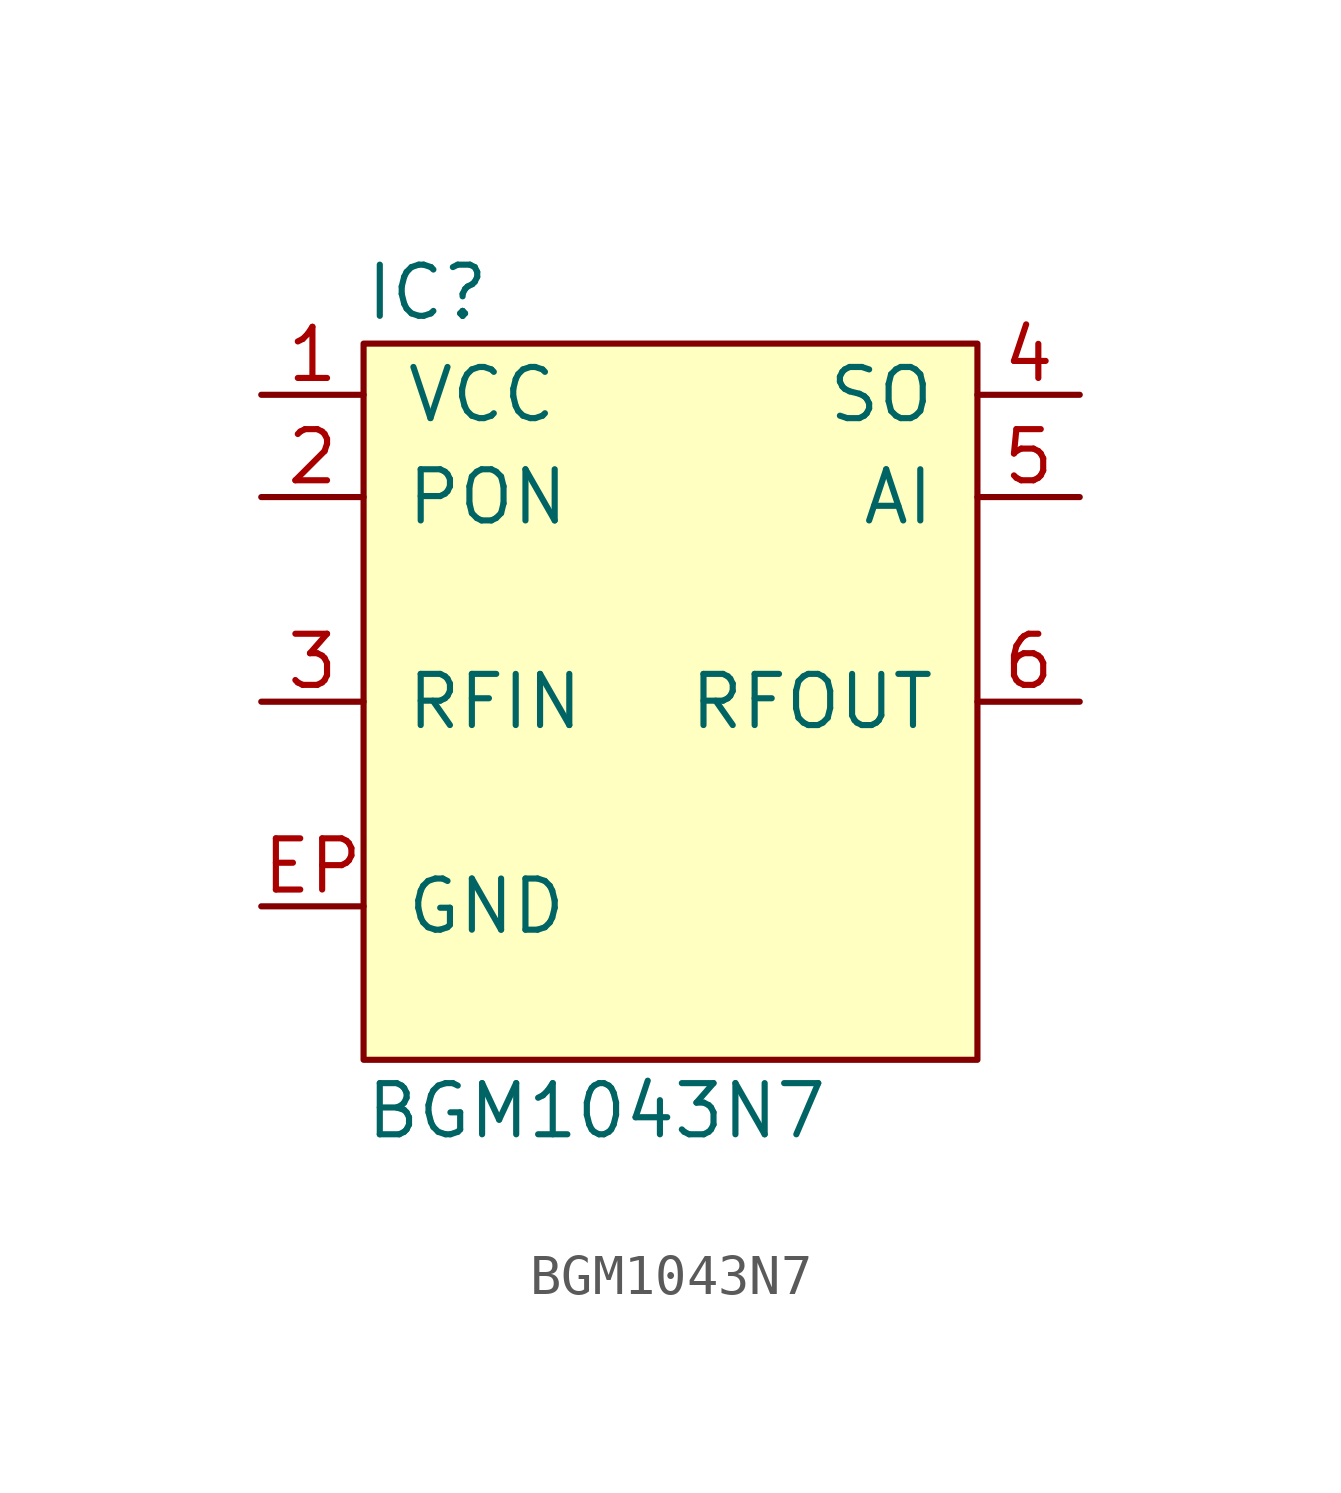
<source format=kicad_sym>
(kicad_symbol_lib
  (version 20211014)
  (generator agg_kicad.build_lib_ic)
  (symbol "BGM1043N7"
    (pin_names
      (offset 1.016))
    (property Reference IC
      (at -7.62 10.16 0)
      (effects (font (size 1.27 1.27)) (justify left)))
    (property Value "BGM1043N7"
      (at -7.62 -10.16 0)
      (effects (font (size 1.27 1.27)) (justify left)))
    (symbol "BGM1043N7_0_0"
      (rectangle (start -7.62 8.89) (end 7.62 -8.89) (stroke (width 0) (type default) (color 0 0 0 0)) (fill (type background)))
      (pin power_in line (at -10.16 7.62 0) (length 2.54) (name VCC (effects (font (size 1.27 1.27)))) (number "1" (effects (font (size 1.27 1.27)))))
      (pin input line (at -10.16 5.08 0) (length 2.54) (name PON (effects (font (size 1.27 1.27)))) (number "2" (effects (font (size 1.27 1.27)))))
      (pin input line (at -10.16 0 0) (length 2.54) (name RFIN (effects (font (size 1.27 1.27)))) (number "3" (effects (font (size 1.27 1.27)))))
      (pin power_in line (at -10.16 -5.08 0) (length 2.54) (name GND (effects (font (size 1.27 1.27)))) (number EP (effects (font (size 1.27 1.27)))))
      (pin output line (at 10.16 7.62 180) (length 2.54) (name SO (effects (font (size 1.27 1.27)))) (number "4" (effects (font (size 1.27 1.27)))))
      (pin input line (at 10.16 5.08 180) (length 2.54) (name AI (effects (font (size 1.27 1.27)))) (number "5" (effects (font (size 1.27 1.27)))))
      (pin output line (at 10.16 0 180) (length 2.54) (name RFOUT (effects (font (size 1.27 1.27)))) (number "6" (effects (font (size 1.27 1.27))))))))
</source>
